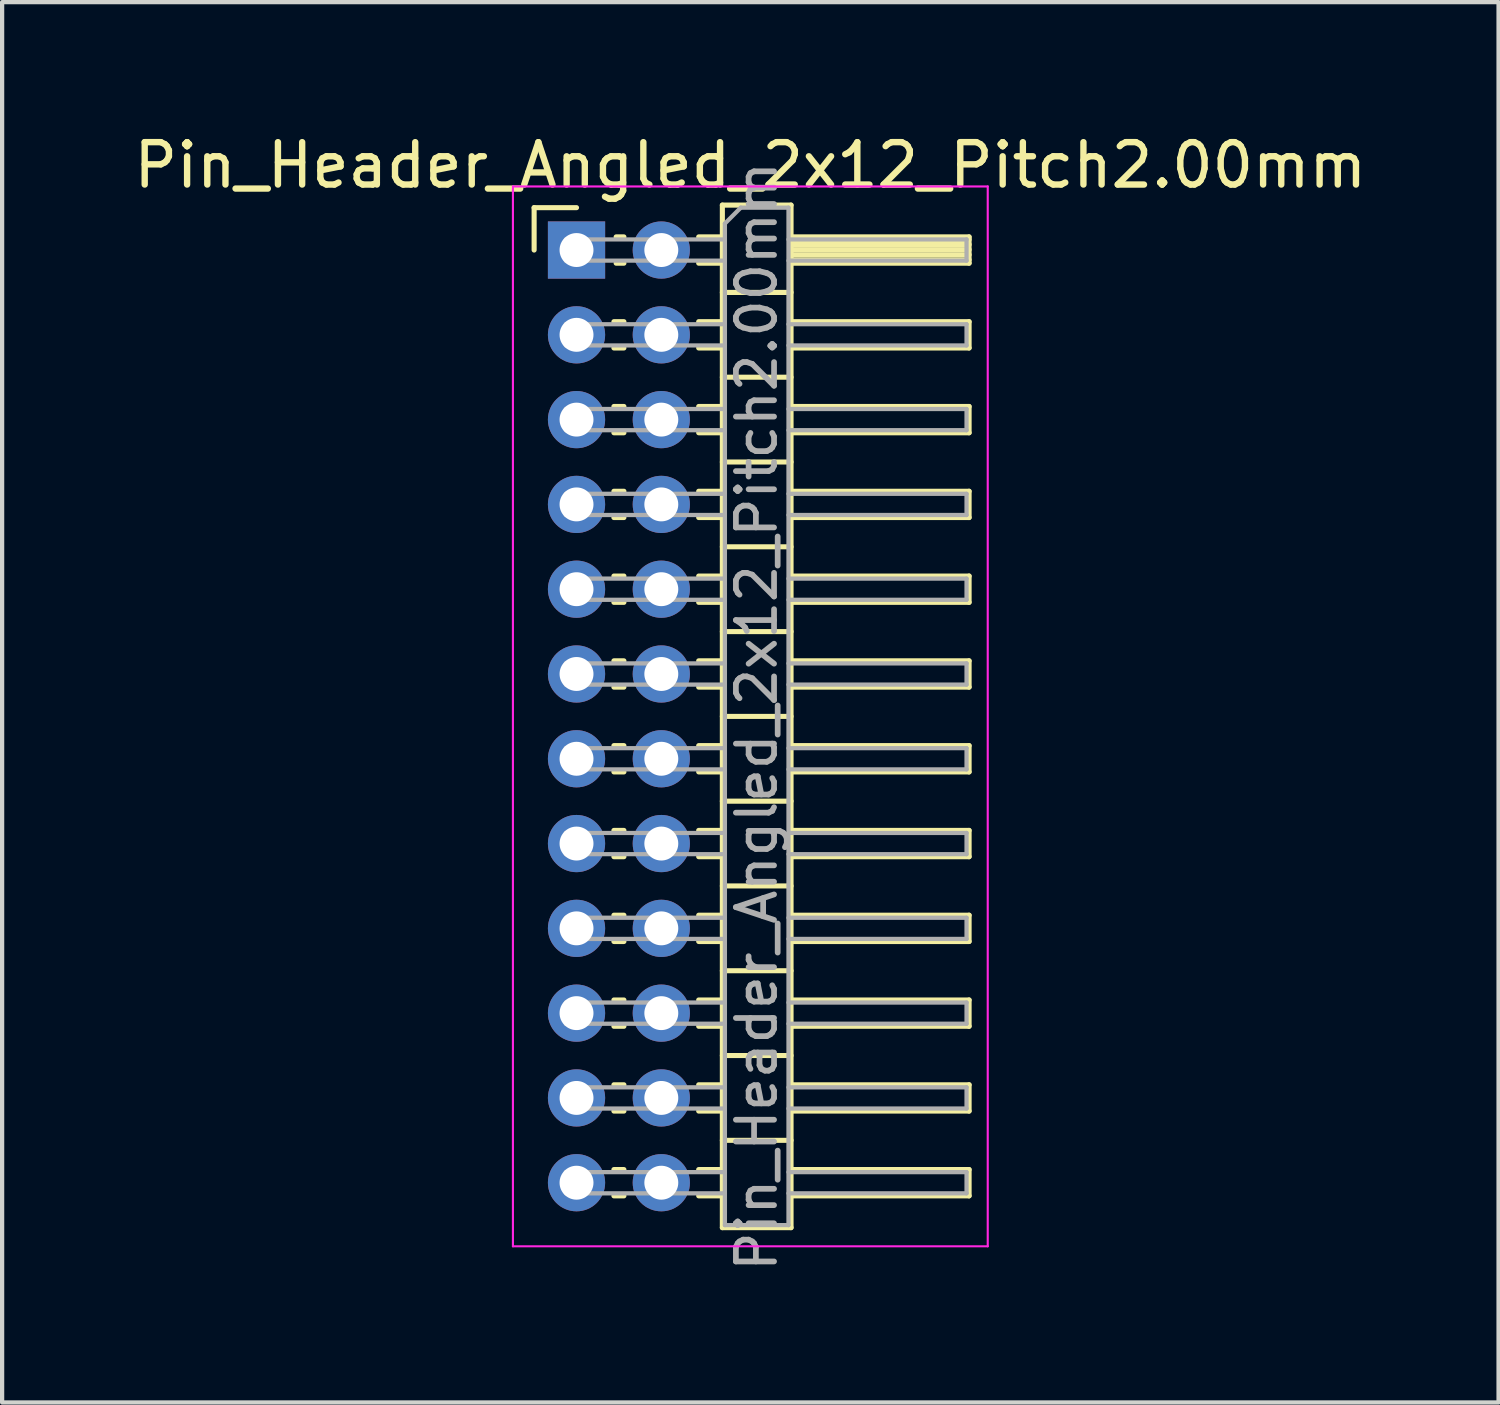
<source format=kicad_pcb>
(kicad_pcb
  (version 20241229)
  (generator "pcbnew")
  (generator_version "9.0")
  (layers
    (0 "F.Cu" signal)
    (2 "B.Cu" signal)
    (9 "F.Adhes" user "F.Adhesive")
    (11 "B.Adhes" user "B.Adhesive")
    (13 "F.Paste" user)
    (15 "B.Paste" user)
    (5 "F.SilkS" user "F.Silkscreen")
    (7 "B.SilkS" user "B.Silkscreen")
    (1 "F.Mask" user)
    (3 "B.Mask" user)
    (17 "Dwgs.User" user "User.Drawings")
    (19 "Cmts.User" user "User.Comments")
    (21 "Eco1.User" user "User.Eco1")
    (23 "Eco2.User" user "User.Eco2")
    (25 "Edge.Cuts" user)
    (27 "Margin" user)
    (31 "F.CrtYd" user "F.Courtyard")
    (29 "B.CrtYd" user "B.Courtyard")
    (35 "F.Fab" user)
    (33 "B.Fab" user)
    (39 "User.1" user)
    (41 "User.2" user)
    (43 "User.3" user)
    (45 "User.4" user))
  (footprint "Pin_Header_Angled_2x12_Pitch2.00mm"
    (layer "F.Cu")
    (at 10.549 2.848)
    (property "Reference" "Pin_Header_Angled_2x12_Pitch2.00mm" (at 4.1 -2 0) (layer "F.SilkS") (effects (font (size 1 1) (thickness 0.15))))
    (attr through_hole)
    (fp_line (start -1 -1) (end 0 -1) (stroke (width 0.12) (type solid)) (layer "F.SilkS"))
    (fp_line (start -1 0) (end -1 -1) (stroke (width 0.12) (type solid)) (layer "F.SilkS"))
    (fp_line (start 0.882 1.69) (end 1.118 1.69) (stroke (width 0.12) (type solid)) (layer "F.SilkS"))
    (fp_line (start 0.882 2.31) (end 1.118 2.31) (stroke (width 0.12) (type solid)) (layer "F.SilkS"))
    (fp_line (start 0.882 3.69) (end 1.118 3.69) (stroke (width 0.12) (type solid)) (layer "F.SilkS"))
    (fp_line (start 0.882 4.31) (end 1.118 4.31) (stroke (width 0.12) (type solid)) (layer "F.SilkS"))
    (fp_line (start 0.882 5.69) (end 1.118 5.69) (stroke (width 0.12) (type solid)) (layer "F.SilkS"))
    (fp_line (start 0.882 6.31) (end 1.118 6.31) (stroke (width 0.12) (type solid)) (layer "F.SilkS"))
    (fp_line (start 0.882 7.69) (end 1.118 7.69) (stroke (width 0.12) (type solid)) (layer "F.SilkS"))
    (fp_line (start 0.882 8.31) (end 1.118 8.31) (stroke (width 0.12) (type solid)) (layer "F.SilkS"))
    (fp_line (start 0.882 9.69) (end 1.118 9.69) (stroke (width 0.12) (type solid)) (layer "F.SilkS"))
    (fp_line (start 0.882 10.31) (end 1.118 10.31) (stroke (width 0.12) (type solid)) (layer "F.SilkS"))
    (fp_line (start 0.882 11.69) (end 1.118 11.69) (stroke (width 0.12) (type solid)) (layer "F.SilkS"))
    (fp_line (start 0.882 12.31) (end 1.118 12.31) (stroke (width 0.12) (type solid)) (layer "F.SilkS"))
    (fp_line (start 0.882 13.69) (end 1.118 13.69) (stroke (width 0.12) (type solid)) (layer "F.SilkS"))
    (fp_line (start 0.882 14.31) (end 1.118 14.31) (stroke (width 0.12) (type solid)) (layer "F.SilkS"))
    (fp_line (start 0.882 15.69) (end 1.118 15.69) (stroke (width 0.12) (type solid)) (layer "F.SilkS"))
    (fp_line (start 0.882 16.31) (end 1.118 16.31) (stroke (width 0.12) (type solid)) (layer "F.SilkS"))
    (fp_line (start 0.882 17.69) (end 1.118 17.69) (stroke (width 0.12) (type solid)) (layer "F.SilkS"))
    (fp_line (start 0.882 18.31) (end 1.118 18.31) (stroke (width 0.12) (type solid)) (layer "F.SilkS"))
    (fp_line (start 0.882 19.69) (end 1.118 19.69) (stroke (width 0.12) (type solid)) (layer "F.SilkS"))
    (fp_line (start 0.882 20.31) (end 1.118 20.31) (stroke (width 0.12) (type solid)) (layer "F.SilkS"))
    (fp_line (start 0.882 21.69) (end 1.118 21.69) (stroke (width 0.12) (type solid)) (layer "F.SilkS"))
    (fp_line (start 0.882 22.31) (end 1.118 22.31) (stroke (width 0.12) (type solid)) (layer "F.SilkS"))
    (fp_line (start 0.935 -0.31) (end 1.118 -0.31) (stroke (width 0.12) (type solid)) (layer "F.SilkS"))
    (fp_line (start 0.935 0.31) (end 1.118 0.31) (stroke (width 0.12) (type solid)) (layer "F.SilkS"))
    (fp_line (start 2.882 -0.31) (end 3.44 -0.31) (stroke (width 0.12) (type solid)) (layer "F.SilkS"))
    (fp_line (start 2.882 0.31) (end 3.44 0.31) (stroke (width 0.12) (type solid)) (layer "F.SilkS"))
    (fp_line (start 2.882 1.69) (end 3.44 1.69) (stroke (width 0.12) (type solid)) (layer "F.SilkS"))
    (fp_line (start 2.882 2.31) (end 3.44 2.31) (stroke (width 0.12) (type solid)) (layer "F.SilkS"))
    (fp_line (start 2.882 3.69) (end 3.44 3.69) (stroke (width 0.12) (type solid)) (layer "F.SilkS"))
    (fp_line (start 2.882 4.31) (end 3.44 4.31) (stroke (width 0.12) (type solid)) (layer "F.SilkS"))
    (fp_line (start 2.882 5.69) (end 3.44 5.69) (stroke (width 0.12) (type solid)) (layer "F.SilkS"))
    (fp_line (start 2.882 6.31) (end 3.44 6.31) (stroke (width 0.12) (type solid)) (layer "F.SilkS"))
    (fp_line (start 2.882 7.69) (end 3.44 7.69) (stroke (width 0.12) (type solid)) (layer "F.SilkS"))
    (fp_line (start 2.882 8.31) (end 3.44 8.31) (stroke (width 0.12) (type solid)) (layer "F.SilkS"))
    (fp_line (start 2.882 9.69) (end 3.44 9.69) (stroke (width 0.12) (type solid)) (layer "F.SilkS"))
    (fp_line (start 2.882 10.31) (end 3.44 10.31) (stroke (width 0.12) (type solid)) (layer "F.SilkS"))
    (fp_line (start 2.882 11.69) (end 3.44 11.69) (stroke (width 0.12) (type solid)) (layer "F.SilkS"))
    (fp_line (start 2.882 12.31) (end 3.44 12.31) (stroke (width 0.12) (type solid)) (layer "F.SilkS"))
    (fp_line (start 2.882 13.69) (end 3.44 13.69) (stroke (width 0.12) (type solid)) (layer "F.SilkS"))
    (fp_line (start 2.882 14.31) (end 3.44 14.31) (stroke (width 0.12) (type solid)) (layer "F.SilkS"))
    (fp_line (start 2.882 15.69) (end 3.44 15.69) (stroke (width 0.12) (type solid)) (layer "F.SilkS"))
    (fp_line (start 2.882 16.31) (end 3.44 16.31) (stroke (width 0.12) (type solid)) (layer "F.SilkS"))
    (fp_line (start 2.882 17.69) (end 3.44 17.69) (stroke (width 0.12) (type solid)) (layer "F.SilkS"))
    (fp_line (start 2.882 18.31) (end 3.44 18.31) (stroke (width 0.12) (type solid)) (layer "F.SilkS"))
    (fp_line (start 2.882 19.69) (end 3.44 19.69) (stroke (width 0.12) (type solid)) (layer "F.SilkS"))
    (fp_line (start 2.882 20.31) (end 3.44 20.31) (stroke (width 0.12) (type solid)) (layer "F.SilkS"))
    (fp_line (start 2.882 21.69) (end 3.44 21.69) (stroke (width 0.12) (type solid)) (layer "F.SilkS"))
    (fp_line (start 2.882 22.31) (end 3.44 22.31) (stroke (width 0.12) (type solid)) (layer "F.SilkS"))
    (fp_line (start 3.44 -1.06) (end 3.44 23.06) (stroke (width 0.12) (type solid)) (layer "F.SilkS"))
    (fp_line (start 3.44 1) (end 5.06 1) (stroke (width 0.12) (type solid)) (layer "F.SilkS"))
    (fp_line (start 3.44 3) (end 5.06 3) (stroke (width 0.12) (type solid)) (layer "F.SilkS"))
    (fp_line (start 3.44 5) (end 5.06 5) (stroke (width 0.12) (type solid)) (layer "F.SilkS"))
    (fp_line (start 3.44 7) (end 5.06 7) (stroke (width 0.12) (type solid)) (layer "F.SilkS"))
    (fp_line (start 3.44 9) (end 5.06 9) (stroke (width 0.12) (type solid)) (layer "F.SilkS"))
    (fp_line (start 3.44 11) (end 5.06 11) (stroke (width 0.12) (type solid)) (layer "F.SilkS"))
    (fp_line (start 3.44 13) (end 5.06 13) (stroke (width 0.12) (type solid)) (layer "F.SilkS"))
    (fp_line (start 3.44 15) (end 5.06 15) (stroke (width 0.12) (type solid)) (layer "F.SilkS"))
    (fp_line (start 3.44 17) (end 5.06 17) (stroke (width 0.12) (type solid)) (layer "F.SilkS"))
    (fp_line (start 3.44 19) (end 5.06 19) (stroke (width 0.12) (type solid)) (layer "F.SilkS"))
    (fp_line (start 3.44 21) (end 5.06 21) (stroke (width 0.12) (type solid)) (layer "F.SilkS"))
    (fp_line (start 3.44 23.06) (end 5.06 23.06) (stroke (width 0.12) (type solid)) (layer "F.SilkS"))
    (fp_line (start 5.06 -1.06) (end 3.44 -1.06) (stroke (width 0.12) (type solid)) (layer "F.SilkS"))
    (fp_line (start 5.06 -0.31) (end 9.26 -0.31) (stroke (width 0.12) (type solid)) (layer "F.SilkS"))
    (fp_line (start 5.06 -0.25) (end 9.26 -0.25) (stroke (width 0.12) (type solid)) (layer "F.SilkS"))
    (fp_line (start 5.06 -0.13) (end 9.26 -0.13) (stroke (width 0.12) (type solid)) (layer "F.SilkS"))
    (fp_line (start 5.06 -0.01) (end 9.26 -0.01) (stroke (width 0.12) (type solid)) (layer "F.SilkS"))
    (fp_line (start 5.06 0.11) (end 9.26 0.11) (stroke (width 0.12) (type solid)) (layer "F.SilkS"))
    (fp_line (start 5.06 0.23) (end 9.26 0.23) (stroke (width 0.12) (type solid)) (layer "F.SilkS"))
    (fp_line (start 5.06 1.69) (end 9.26 1.69) (stroke (width 0.12) (type solid)) (layer "F.SilkS"))
    (fp_line (start 5.06 3.69) (end 9.26 3.69) (stroke (width 0.12) (type solid)) (layer "F.SilkS"))
    (fp_line (start 5.06 5.69) (end 9.26 5.69) (stroke (width 0.12) (type solid)) (layer "F.SilkS"))
    (fp_line (start 5.06 7.69) (end 9.26 7.69) (stroke (width 0.12) (type solid)) (layer "F.SilkS"))
    (fp_line (start 5.06 9.69) (end 9.26 9.69) (stroke (width 0.12) (type solid)) (layer "F.SilkS"))
    (fp_line (start 5.06 11.69) (end 9.26 11.69) (stroke (width 0.12) (type solid)) (layer "F.SilkS"))
    (fp_line (start 5.06 13.69) (end 9.26 13.69) (stroke (width 0.12) (type solid)) (layer "F.SilkS"))
    (fp_line (start 5.06 15.69) (end 9.26 15.69) (stroke (width 0.12) (type solid)) (layer "F.SilkS"))
    (fp_line (start 5.06 17.69) (end 9.26 17.69) (stroke (width 0.12) (type solid)) (layer "F.SilkS"))
    (fp_line (start 5.06 19.69) (end 9.26 19.69) (stroke (width 0.12) (type solid)) (layer "F.SilkS"))
    (fp_line (start 5.06 21.69) (end 9.26 21.69) (stroke (width 0.12) (type solid)) (layer "F.SilkS"))
    (fp_line (start 5.06 23.06) (end 5.06 -1.06) (stroke (width 0.12) (type solid)) (layer "F.SilkS"))
    (fp_line (start 9.26 -0.31) (end 9.26 0.31) (stroke (width 0.12) (type solid)) (layer "F.SilkS"))
    (fp_line (start 9.26 0.31) (end 5.06 0.31) (stroke (width 0.12) (type solid)) (layer "F.SilkS"))
    (fp_line (start 9.26 1.69) (end 9.26 2.31) (stroke (width 0.12) (type solid)) (layer "F.SilkS"))
    (fp_line (start 9.26 2.31) (end 5.06 2.31) (stroke (width 0.12) (type solid)) (layer "F.SilkS"))
    (fp_line (start 9.26 3.69) (end 9.26 4.31) (stroke (width 0.12) (type solid)) (layer "F.SilkS"))
    (fp_line (start 9.26 4.31) (end 5.06 4.31) (stroke (width 0.12) (type solid)) (layer "F.SilkS"))
    (fp_line (start 9.26 5.69) (end 9.26 6.31) (stroke (width 0.12) (type solid)) (layer "F.SilkS"))
    (fp_line (start 9.26 6.31) (end 5.06 6.31) (stroke (width 0.12) (type solid)) (layer "F.SilkS"))
    (fp_line (start 9.26 7.69) (end 9.26 8.31) (stroke (width 0.12) (type solid)) (layer "F.SilkS"))
    (fp_line (start 9.26 8.31) (end 5.06 8.31) (stroke (width 0.12) (type solid)) (layer "F.SilkS"))
    (fp_line (start 9.26 9.69) (end 9.26 10.31) (stroke (width 0.12) (type solid)) (layer "F.SilkS"))
    (fp_line (start 9.26 10.31) (end 5.06 10.31) (stroke (width 0.12) (type solid)) (layer "F.SilkS"))
    (fp_line (start 9.26 11.69) (end 9.26 12.31) (stroke (width 0.12) (type solid)) (layer "F.SilkS"))
    (fp_line (start 9.26 12.31) (end 5.06 12.31) (stroke (width 0.12) (type solid)) (layer "F.SilkS"))
    (fp_line (start 9.26 13.69) (end 9.26 14.31) (stroke (width 0.12) (type solid)) (layer "F.SilkS"))
    (fp_line (start 9.26 14.31) (end 5.06 14.31) (stroke (width 0.12) (type solid)) (layer "F.SilkS"))
    (fp_line (start 9.26 15.69) (end 9.26 16.31) (stroke (width 0.12) (type solid)) (layer "F.SilkS"))
    (fp_line (start 9.26 16.31) (end 5.06 16.31) (stroke (width 0.12) (type solid)) (layer "F.SilkS"))
    (fp_line (start 9.26 17.69) (end 9.26 18.31) (stroke (width 0.12) (type solid)) (layer "F.SilkS"))
    (fp_line (start 9.26 18.31) (end 5.06 18.31) (stroke (width 0.12) (type solid)) (layer "F.SilkS"))
    (fp_line (start 9.26 19.69) (end 9.26 20.31) (stroke (width 0.12) (type solid)) (layer "F.SilkS"))
    (fp_line (start 9.26 20.31) (end 5.06 20.31) (stroke (width 0.12) (type solid)) (layer "F.SilkS"))
    (fp_line (start 9.26 21.69) (end 9.26 22.31) (stroke (width 0.12) (type solid)) (layer "F.SilkS"))
    (fp_line (start 9.26 22.31) (end 5.06 22.31) (stroke (width 0.12) (type solid)) (layer "F.SilkS"))
    (fp_line (start -1.5 -1.5) (end -1.5 23.5) (stroke (width 0.05) (type solid)) (layer "F.CrtYd"))
    (fp_line (start -1.5 23.5) (end 9.7 23.5) (stroke (width 0.05) (type solid)) (layer "F.CrtYd"))
    (fp_line (start 9.7 -1.5) (end -1.5 -1.5) (stroke (width 0.05) (type solid)) (layer "F.CrtYd"))
    (fp_line (start 9.7 23.5) (end 9.7 -1.5) (stroke (width 0.05) (type solid)) (layer "F.CrtYd"))
    (fp_line (start -0.25 -0.25) (end -0.25 0.25) (stroke (width 0.1) (type solid)) (layer "F.Fab"))
    (fp_line (start -0.25 -0.25) (end 3.5 -0.25) (stroke (width 0.1) (type solid)) (layer "F.Fab"))
    (fp_line (start -0.25 0.25) (end 3.5 0.25) (stroke (width 0.1) (type solid)) (layer "F.Fab"))
    (fp_line (start -0.25 1.75) (end -0.25 2.25) (stroke (width 0.1) (type solid)) (layer "F.Fab"))
    (fp_line (start -0.25 1.75) (end 3.5 1.75) (stroke (width 0.1) (type solid)) (layer "F.Fab"))
    (fp_line (start -0.25 2.25) (end 3.5 2.25) (stroke (width 0.1) (type solid)) (layer "F.Fab"))
    (fp_line (start -0.25 3.75) (end -0.25 4.25) (stroke (width 0.1) (type solid)) (layer "F.Fab"))
    (fp_line (start -0.25 3.75) (end 3.5 3.75) (stroke (width 0.1) (type solid)) (layer "F.Fab"))
    (fp_line (start -0.25 4.25) (end 3.5 4.25) (stroke (width 0.1) (type solid)) (layer "F.Fab"))
    (fp_line (start -0.25 5.75) (end -0.25 6.25) (stroke (width 0.1) (type solid)) (layer "F.Fab"))
    (fp_line (start -0.25 5.75) (end 3.5 5.75) (stroke (width 0.1) (type solid)) (layer "F.Fab"))
    (fp_line (start -0.25 6.25) (end 3.5 6.25) (stroke (width 0.1) (type solid)) (layer "F.Fab"))
    (fp_line (start -0.25 7.75) (end -0.25 8.25) (stroke (width 0.1) (type solid)) (layer "F.Fab"))
    (fp_line (start -0.25 7.75) (end 3.5 7.75) (stroke (width 0.1) (type solid)) (layer "F.Fab"))
    (fp_line (start -0.25 8.25) (end 3.5 8.25) (stroke (width 0.1) (type solid)) (layer "F.Fab"))
    (fp_line (start -0.25 9.75) (end -0.25 10.25) (stroke (width 0.1) (type solid)) (layer "F.Fab"))
    (fp_line (start -0.25 9.75) (end 3.5 9.75) (stroke (width 0.1) (type solid)) (layer "F.Fab"))
    (fp_line (start -0.25 10.25) (end 3.5 10.25) (stroke (width 0.1) (type solid)) (layer "F.Fab"))
    (fp_line (start -0.25 11.75) (end -0.25 12.25) (stroke (width 0.1) (type solid)) (layer "F.Fab"))
    (fp_line (start -0.25 11.75) (end 3.5 11.75) (stroke (width 0.1) (type solid)) (layer "F.Fab"))
    (fp_line (start -0.25 12.25) (end 3.5 12.25) (stroke (width 0.1) (type solid)) (layer "F.Fab"))
    (fp_line (start -0.25 13.75) (end -0.25 14.25) (stroke (width 0.1) (type solid)) (layer "F.Fab"))
    (fp_line (start -0.25 13.75) (end 3.5 13.75) (stroke (width 0.1) (type solid)) (layer "F.Fab"))
    (fp_line (start -0.25 14.25) (end 3.5 14.25) (stroke (width 0.1) (type solid)) (layer "F.Fab"))
    (fp_line (start -0.25 15.75) (end -0.25 16.25) (stroke (width 0.1) (type solid)) (layer "F.Fab"))
    (fp_line (start -0.25 15.75) (end 3.5 15.75) (stroke (width 0.1) (type solid)) (layer "F.Fab"))
    (fp_line (start -0.25 16.25) (end 3.5 16.25) (stroke (width 0.1) (type solid)) (layer "F.Fab"))
    (fp_line (start -0.25 17.75) (end -0.25 18.25) (stroke (width 0.1) (type solid)) (layer "F.Fab"))
    (fp_line (start -0.25 17.75) (end 3.5 17.75) (stroke (width 0.1) (type solid)) (layer "F.Fab"))
    (fp_line (start -0.25 18.25) (end 3.5 18.25) (stroke (width 0.1) (type solid)) (layer "F.Fab"))
    (fp_line (start -0.25 19.75) (end -0.25 20.25) (stroke (width 0.1) (type solid)) (layer "F.Fab"))
    (fp_line (start -0.25 19.75) (end 3.5 19.75) (stroke (width 0.1) (type solid)) (layer "F.Fab"))
    (fp_line (start -0.25 20.25) (end 3.5 20.25) (stroke (width 0.1) (type solid)) (layer "F.Fab"))
    (fp_line (start -0.25 21.75) (end -0.25 22.25) (stroke (width 0.1) (type solid)) (layer "F.Fab"))
    (fp_line (start -0.25 21.75) (end 3.5 21.75) (stroke (width 0.1) (type solid)) (layer "F.Fab"))
    (fp_line (start -0.25 22.25) (end 3.5 22.25) (stroke (width 0.1) (type solid)) (layer "F.Fab"))
    (fp_line (start 3.5 -0.625) (end 3.875 -1) (stroke (width 0.1) (type solid)) (layer "F.Fab"))
    (fp_line (start 3.5 23) (end 3.5 -0.625) (stroke (width 0.1) (type solid)) (layer "F.Fab"))
    (fp_line (start 3.875 -1) (end 5 -1) (stroke (width 0.1) (type solid)) (layer "F.Fab"))
    (fp_line (start 5 -1) (end 5 23) (stroke (width 0.1) (type solid)) (layer "F.Fab"))
    (fp_line (start 5 -0.25) (end 9.2 -0.25) (stroke (width 0.1) (type solid)) (layer "F.Fab"))
    (fp_line (start 5 0.25) (end 9.2 0.25) (stroke (width 0.1) (type solid)) (layer "F.Fab"))
    (fp_line (start 5 1.75) (end 9.2 1.75) (stroke (width 0.1) (type solid)) (layer "F.Fab"))
    (fp_line (start 5 2.25) (end 9.2 2.25) (stroke (width 0.1) (type solid)) (layer "F.Fab"))
    (fp_line (start 5 3.75) (end 9.2 3.75) (stroke (width 0.1) (type solid)) (layer "F.Fab"))
    (fp_line (start 5 4.25) (end 9.2 4.25) (stroke (width 0.1) (type solid)) (layer "F.Fab"))
    (fp_line (start 5 5.75) (end 9.2 5.75) (stroke (width 0.1) (type solid)) (layer "F.Fab"))
    (fp_line (start 5 6.25) (end 9.2 6.25) (stroke (width 0.1) (type solid)) (layer "F.Fab"))
    (fp_line (start 5 7.75) (end 9.2 7.75) (stroke (width 0.1) (type solid)) (layer "F.Fab"))
    (fp_line (start 5 8.25) (end 9.2 8.25) (stroke (width 0.1) (type solid)) (layer "F.Fab"))
    (fp_line (start 5 9.75) (end 9.2 9.75) (stroke (width 0.1) (type solid)) (layer "F.Fab"))
    (fp_line (start 5 10.25) (end 9.2 10.25) (stroke (width 0.1) (type solid)) (layer "F.Fab"))
    (fp_line (start 5 11.75) (end 9.2 11.75) (stroke (width 0.1) (type solid)) (layer "F.Fab"))
    (fp_line (start 5 12.25) (end 9.2 12.25) (stroke (width 0.1) (type solid)) (layer "F.Fab"))
    (fp_line (start 5 13.75) (end 9.2 13.75) (stroke (width 0.1) (type solid)) (layer "F.Fab"))
    (fp_line (start 5 14.25) (end 9.2 14.25) (stroke (width 0.1) (type solid)) (layer "F.Fab"))
    (fp_line (start 5 15.75) (end 9.2 15.75) (stroke (width 0.1) (type solid)) (layer "F.Fab"))
    (fp_line (start 5 16.25) (end 9.2 16.25) (stroke (width 0.1) (type solid)) (layer "F.Fab"))
    (fp_line (start 5 17.75) (end 9.2 17.75) (stroke (width 0.1) (type solid)) (layer "F.Fab"))
    (fp_line (start 5 18.25) (end 9.2 18.25) (stroke (width 0.1) (type solid)) (layer "F.Fab"))
    (fp_line (start 5 19.75) (end 9.2 19.75) (stroke (width 0.1) (type solid)) (layer "F.Fab"))
    (fp_line (start 5 20.25) (end 9.2 20.25) (stroke (width 0.1) (type solid)) (layer "F.Fab"))
    (fp_line (start 5 21.75) (end 9.2 21.75) (stroke (width 0.1) (type solid)) (layer "F.Fab"))
    (fp_line (start 5 22.25) (end 9.2 22.25) (stroke (width 0.1) (type solid)) (layer "F.Fab"))
    (fp_line (start 5 23) (end 3.5 23) (stroke (width 0.1) (type solid)) (layer "F.Fab"))
    (fp_line (start 9.2 -0.25) (end 9.2 0.25) (stroke (width 0.1) (type solid)) (layer "F.Fab"))
    (fp_line (start 9.2 1.75) (end 9.2 2.25) (stroke (width 0.1) (type solid)) (layer "F.Fab"))
    (fp_line (start 9.2 3.75) (end 9.2 4.25) (stroke (width 0.1) (type solid)) (layer "F.Fab"))
    (fp_line (start 9.2 5.75) (end 9.2 6.25) (stroke (width 0.1) (type solid)) (layer "F.Fab"))
    (fp_line (start 9.2 7.75) (end 9.2 8.25) (stroke (width 0.1) (type solid)) (layer "F.Fab"))
    (fp_line (start 9.2 9.75) (end 9.2 10.25) (stroke (width 0.1) (type solid)) (layer "F.Fab"))
    (fp_line (start 9.2 11.75) (end 9.2 12.25) (stroke (width 0.1) (type solid)) (layer "F.Fab"))
    (fp_line (start 9.2 13.75) (end 9.2 14.25) (stroke (width 0.1) (type solid)) (layer "F.Fab"))
    (fp_line (start 9.2 15.75) (end 9.2 16.25) (stroke (width 0.1) (type solid)) (layer "F.Fab"))
    (fp_line (start 9.2 17.75) (end 9.2 18.25) (stroke (width 0.1) (type solid)) (layer "F.Fab"))
    (fp_line (start 9.2 19.75) (end 9.2 20.25) (stroke (width 0.1) (type solid)) (layer "F.Fab"))
    (fp_line (start 9.2 21.75) (end 9.2 22.25) (stroke (width 0.1) (type solid)) (layer "F.Fab"))
    (fp_text user "${REFERENCE}" (at 4.25 11 90) (layer "F.Fab") (effects (font (size 0.9 0.9) (thickness 0.135))))
    (pad "1" thru_hole rect (at 0 0) (size 1.35 1.35) (drill 0.8) (layers "*.Cu" "*.Mask"))
    (pad "2" thru_hole oval (at 2 0) (size 1.35 1.35) (drill 0.8) (layers "*.Cu" "*.Mask"))
    (pad "3" thru_hole oval (at 0 2) (size 1.35 1.35) (drill 0.8) (layers "*.Cu" "*.Mask"))
    (pad "4" thru_hole oval (at 2 2) (size 1.35 1.35) (drill 0.8) (layers "*.Cu" "*.Mask"))
    (pad "5" thru_hole oval (at 0 4) (size 1.35 1.35) (drill 0.8) (layers "*.Cu" "*.Mask"))
    (pad "6" thru_hole oval (at 2 4) (size 1.35 1.35) (drill 0.8) (layers "*.Cu" "*.Mask"))
    (pad "7" thru_hole oval (at 0 6) (size 1.35 1.35) (drill 0.8) (layers "*.Cu" "*.Mask"))
    (pad "8" thru_hole oval (at 2 6) (size 1.35 1.35) (drill 0.8) (layers "*.Cu" "*.Mask"))
    (pad "9" thru_hole oval (at 0 8) (size 1.35 1.35) (drill 0.8) (layers "*.Cu" "*.Mask"))
    (pad "10" thru_hole oval (at 2 8) (size 1.35 1.35) (drill 0.8) (layers "*.Cu" "*.Mask"))
    (pad "11" thru_hole oval (at 0 10) (size 1.35 1.35) (drill 0.8) (layers "*.Cu" "*.Mask"))
    (pad "12" thru_hole oval (at 2 10) (size 1.35 1.35) (drill 0.8) (layers "*.Cu" "*.Mask"))
    (pad "13" thru_hole oval (at 0 12) (size 1.35 1.35) (drill 0.8) (layers "*.Cu" "*.Mask"))
    (pad "14" thru_hole oval (at 2 12) (size 1.35 1.35) (drill 0.8) (layers "*.Cu" "*.Mask"))
    (pad "15" thru_hole oval (at 0 14) (size 1.35 1.35) (drill 0.8) (layers "*.Cu" "*.Mask"))
    (pad "16" thru_hole oval (at 2 14) (size 1.35 1.35) (drill 0.8) (layers "*.Cu" "*.Mask"))
    (pad "17" thru_hole oval (at 0 16) (size 1.35 1.35) (drill 0.8) (layers "*.Cu" "*.Mask"))
    (pad "18" thru_hole oval (at 2 16) (size 1.35 1.35) (drill 0.8) (layers "*.Cu" "*.Mask"))
    (pad "19" thru_hole oval (at 0 18) (size 1.35 1.35) (drill 0.8) (layers "*.Cu" "*.Mask"))
    (pad "20" thru_hole oval (at 2 18) (size 1.35 1.35) (drill 0.8) (layers "*.Cu" "*.Mask"))
    (pad "21" thru_hole oval (at 0 20) (size 1.35 1.35) (drill 0.8) (layers "*.Cu" "*.Mask"))
    (pad "22" thru_hole oval (at 2 20) (size 1.35 1.35) (drill 0.8) (layers "*.Cu" "*.Mask"))
    (pad "23" thru_hole oval (at 0 22) (size 1.35 1.35) (drill 0.8) (layers "*.Cu" "*.Mask"))
    (pad "24" thru_hole oval (at 2 22) (size 1.35 1.35) (drill 0.8) (layers "*.Cu" "*.Mask")))
  (gr_rect
    (start -3 -3)
    (end 32.298 30.032)
    (stroke (width 0.1) (type default))
    (fill no)
    (layer "Edge.Cuts")))
</source>
